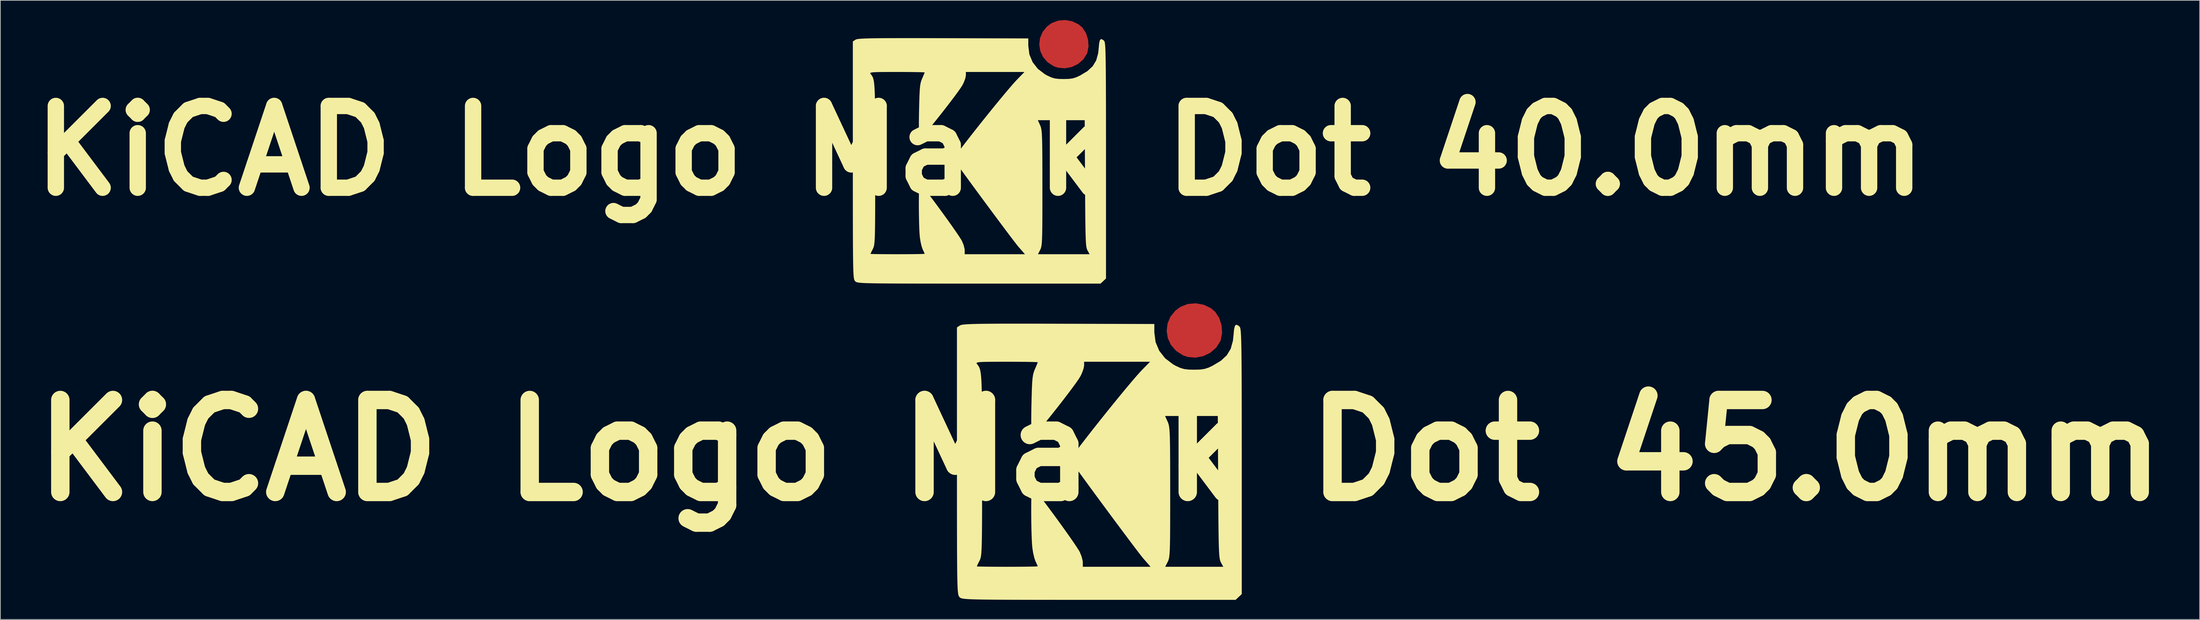
<source format=kicad_pcb>
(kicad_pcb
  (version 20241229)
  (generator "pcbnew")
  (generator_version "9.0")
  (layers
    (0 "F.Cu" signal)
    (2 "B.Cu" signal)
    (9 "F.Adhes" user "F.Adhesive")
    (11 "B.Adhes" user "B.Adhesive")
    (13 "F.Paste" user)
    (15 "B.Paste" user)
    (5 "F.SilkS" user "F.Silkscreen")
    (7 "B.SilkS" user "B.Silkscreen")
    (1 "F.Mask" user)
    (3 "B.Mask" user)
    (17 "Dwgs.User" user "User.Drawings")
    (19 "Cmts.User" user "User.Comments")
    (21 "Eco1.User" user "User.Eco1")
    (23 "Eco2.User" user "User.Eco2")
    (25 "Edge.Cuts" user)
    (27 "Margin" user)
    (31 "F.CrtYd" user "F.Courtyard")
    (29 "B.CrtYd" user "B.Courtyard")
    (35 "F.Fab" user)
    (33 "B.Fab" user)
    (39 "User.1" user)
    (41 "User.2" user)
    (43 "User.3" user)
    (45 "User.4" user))
  (footprint "KiCAD Logo Mask Dot 45.0mm"
    (layer "F.Cu")
    (at 164.808 65.778)
    (property "Reference" "KiCAD Logo Mask Dot 45.0mm" (at 0 0 180) (layer "F.SilkS") (effects (font (size 14.058 14.058) (thickness 2.808))))
    (attr board_only exclude_from_pos_files exclude_from_bom)
    (fp_poly (pts (xy 15.819 -22.257) (xy 16.91 -21.737) (xy 17.57 -21.18) (xy 18.183 -20.252) (xy 18.545 -19.129) (xy 18.633 -17.948) (xy 18.42 -16.847) (xy 18.366 -16.709) (xy 17.733 -15.7) (xy 16.832 -14.92) (xy 15.75 -14.4) (xy 14.572 -14.175) (xy 13.385 -14.277) (xy 12.677 -14.521) (xy 11.601 -15.214) (xy 10.822 -16.114) (xy 10.344 -17.154) (xy 10.171 -18.267) (xy 10.306 -19.386) (xy 10.753 -20.443) (xy 11.516 -21.373) (xy 12.288 -21.94) (xy 13.403 -22.374) (xy 14.616 -22.474)) (stroke (width 0) (type solid)) (fill yes) (layer "F.Cu"))
    (fp_poly (pts (xy 15.776 -22.269) (xy 16.866 -21.749) (xy 17.526 -21.191) (xy 18.14 -20.264) (xy 18.502 -19.141) (xy 18.589 -17.96) (xy 18.377 -16.859) (xy 18.322 -16.721) (xy 17.69 -15.712) (xy 16.789 -14.932) (xy 15.707 -14.412) (xy 14.529 -14.187) (xy 13.342 -14.289) (xy 12.634 -14.533) (xy 11.557 -15.226) (xy 10.778 -16.126) (xy 10.301 -17.166) (xy 10.128 -18.279) (xy 10.263 -19.398) (xy 10.71 -20.455) (xy 11.472 -21.385) (xy 12.245 -21.952) (xy 13.36 -22.385) (xy 14.572 -22.486)) (stroke (width 0) (type solid)) (fill yes) (layer "F.Mask"))
    (fp_poly (pts (xy -10.578 -19.363) (xy -7.975 -19.358) (xy -6.311 -19.353) (xy 8.288 -19.313) (xy 8.288 -18.039) (xy 8.478 -16.556) (xy 9.034 -15.225) (xy 9.935 -14.075) (xy 11.161 -13.14) (xy 11.567 -12.918) (xy 12.245 -12.605) (xy 12.85 -12.427) (xy 13.547 -12.347) (xy 14.352 -12.331) (xy 15.263 -12.353) (xy 15.939 -12.445) (xy 16.548 -12.64) (xy 17.162 -12.927) (xy 18.434 -13.688) (xy 19.347 -14.535) (xy 19.948 -15.536) (xy 20.283 -16.759) (xy 20.376 -17.637) (xy 20.458 -18.525) (xy 20.592 -19.039) (xy 20.799 -19.212) (xy 21.105 -19.073) (xy 21.312 -18.886) (xy 21.364 -18.803) (xy 21.41 -18.65) (xy 21.451 -18.404) (xy 21.486 -18.041) (xy 21.517 -17.539) (xy 21.543 -16.873) (xy 21.564 -16.022) (xy 21.582 -14.961) (xy 21.596 -13.668) (xy 21.608 -12.12) (xy 21.616 -10.292) (xy 21.622 -8.163) (xy 21.626 -5.708) (xy 21.628 -2.905) (xy 21.629 0.269) (xy 21.629 1.697) (xy 21.629 21.963) (xy 21.161 22.403) (xy 20.694 22.842) (xy -0.165 22.842) (xy -3.524 22.842) (xy -6.502 22.841) (xy -9.123 22.84) (xy -11.41 22.837) (xy -13.386 22.832) (xy -15.075 22.824) (xy -16.5 22.814) (xy -17.685 22.801) (xy -18.653 22.784) (xy -19.428 22.763) (xy -20.033 22.737) (xy -20.491 22.706) (xy -20.826 22.67) (xy -21.061 22.628) (xy -21.22 22.58) (xy -21.326 22.525) (xy -21.402 22.462) (xy -21.427 22.438) (xy -21.493 22.366) (xy -21.551 22.272) (xy -21.602 22.134) (xy -21.647 21.927) (xy -21.685 21.627) (xy -21.718 21.212) (xy -21.745 20.658) (xy -21.768 19.939) (xy -21.786 19.034) (xy -21.8 17.919) (xy -21.811 16.568) (xy -21.819 14.96) (xy -21.825 13.07) (xy -21.829 10.875) (xy -21.83 8.35) (xy -21.831 5.473) (xy -21.831 2.219) (xy -21.831 1.622) (xy -21.831 -13.3) (xy -18.842 -13.3) (xy -18.769 -13.19) (xy -18.62 -13.004) (xy -18.491 -12.809) (xy -18.382 -12.575) (xy -18.289 -12.273) (xy -18.213 -11.873) (xy -18.151 -11.346) (xy -18.101 -10.663) (xy -18.063 -9.793) (xy -18.035 -8.709) (xy -18.015 -7.379) (xy -18.003 -5.776) (xy -17.995 -3.869) (xy -17.992 -1.629) (xy -17.991 0.974) (xy -17.991 2.19) (xy -17.991 4.9) (xy -17.993 7.235) (xy -17.996 9.225) (xy -18.002 10.901) (xy -18.012 12.291) (xy -18.027 13.426) (xy -18.046 14.335) (xy -18.072 15.049) (xy -18.105 15.597) (xy -18.145 16.009) (xy -18.194 16.314) (xy -18.253 16.543) (xy -18.321 16.725) (xy -18.395 16.879) (xy -18.64 17.371) (xy -18.784 17.683) (xy -18.799 17.73) (xy -18.607 17.747) (xy -18.066 17.762) (xy -17.234 17.774) (xy -16.167 17.783) (xy -14.921 17.788) (xy -14.15 17.789) (xy -12.828 17.786) (xy -11.652 17.778) (xy -10.678 17.765) (xy -9.964 17.749) (xy -9.565 17.73) (xy -9.501 17.719) (xy -9.582 17.51) (xy -9.782 17.086) (xy -9.83 16.989) (xy -10.022 16.447) (xy -10.203 15.674) (xy -10.326 14.886) (xy -10.382 14.217) (xy -10.427 13.307) (xy -10.462 12.225) (xy -10.485 11.04) (xy -10.497 9.822) (xy -10.498 8.638) (xy -10.487 7.558) (xy -10.464 6.65) (xy -10.428 5.984) (xy -10.38 5.629) (xy -10.36 5.59) (xy -10.205 5.72) (xy -9.853 6.133) (xy -9.34 6.781) (xy -8.7 7.615) (xy -7.969 8.589) (xy -7.182 9.653) (xy -6.374 10.759) (xy -5.58 11.86) (xy -4.836 12.908) (xy -4.176 13.854) (xy -3.636 14.65) (xy -3.252 15.248) (xy -3.088 15.533) (xy -2.811 16.218) (xy -2.647 16.887) (xy -2.628 17.115) (xy -2.628 17.789) (xy 2.544 17.789) (xy 7.716 17.789) (xy 6.61 16.525) (xy 6.324 16.173) (xy 5.833 15.537) (xy 5.169 14.662) (xy 4.364 13.591) (xy 3.45 12.368) (xy 2.46 11.037) (xy 1.426 9.642) (xy 0.381 8.227) (xy -0.644 6.834) (xy -1.616 5.508) (xy -2.502 4.294) (xy -3.271 3.233) (xy -3.889 2.371) (xy -4.326 1.751) (xy -4.53 1.444) (xy -4.439 1.243) (xy -4.12 0.769) (xy -3.606 0.063) (xy -2.927 -0.838) (xy -2.115 -1.894) (xy -1.201 -3.066) (xy -0.215 -4.314) (xy 0.536 -5.256) (xy 9.925 -5.256) (xy 10.315 -4.397) (xy 10.404 -4.182) (xy 10.478 -3.94) (xy 10.54 -3.635) (xy 10.589 -3.231) (xy 10.627 -2.691) (xy 10.656 -1.978) (xy 10.677 -1.058) (xy 10.692 0.108) (xy 10.701 1.554) (xy 10.706 3.318) (xy 10.709 5.436) (xy 10.709 6.375) (xy 10.709 8.642) (xy 10.707 10.54) (xy 10.701 12.106) (xy 10.69 13.375) (xy 10.673 14.384) (xy 10.648 15.167) (xy 10.614 15.762) (xy 10.57 16.204) (xy 10.515 16.529) (xy 10.447 16.772) (xy 10.365 16.97) (xy 10.331 17.038) (xy 9.949 17.789) (xy 14.379 17.789) (xy 18.81 17.789) (xy 18.451 17.132) (xy 18.372 16.962) (xy 18.305 16.742) (xy 18.249 16.439) (xy 18.202 16.019) (xy 18.164 15.449) (xy 18.132 14.695) (xy 18.107 13.723) (xy 18.087 12.499) (xy 18.069 10.991) (xy 18.055 9.165) (xy 18.041 6.986) (xy 18.033 5.609) (xy 17.974 -5.256) (xy 13.95 -5.256) (xy 9.925 -5.256) (xy 0.536 -5.256) (xy 0.811 -5.601) (xy 1.846 -6.886) (xy 2.859 -8.131) (xy 3.819 -9.297) (xy 4.694 -10.344) (xy 5.454 -11.234) (xy 6.068 -11.927) (xy 6.394 -12.275) (xy 7.634 -13.544) (xy 2.604 -13.544) (xy -2.426 -13.544) (xy -2.426 -12.96) (xy -2.521 -12.457) (xy -2.766 -11.788) (xy -2.982 -11.34) (xy -3.262 -10.888) (xy -3.728 -10.219) (xy -4.343 -9.379) (xy -5.068 -8.416) (xy -5.866 -7.377) (xy -6.7 -6.311) (xy -7.532 -5.264) (xy -8.324 -4.284) (xy -9.039 -3.419) (xy -9.639 -2.716) (xy -10.087 -2.222) (xy -10.346 -1.985) (xy -10.388 -1.973) (xy -10.436 -2.199) (xy -10.471 -2.775) (xy -10.49 -3.647) (xy -10.494 -4.762) (xy -10.481 -6.064) (xy -10.468 -6.756) (xy -10.432 -8.281) (xy -10.395 -9.461) (xy -10.351 -10.356) (xy -10.294 -11.026) (xy -10.218 -11.531) (xy -10.119 -11.93) (xy -9.99 -12.284) (xy -9.934 -12.413) (xy -9.691 -12.975) (xy -9.534 -13.364) (xy -9.501 -13.468) (xy -9.694 -13.489) (xy -10.235 -13.508) (xy -11.07 -13.524) (xy -12.141 -13.536) (xy -13.395 -13.542) (xy -14.282 -13.544) (xy -15.79 -13.542) (xy -16.938 -13.535) (xy -17.771 -13.52) (xy -18.333 -13.492) (xy -18.669 -13.449) (xy -18.824 -13.386) (xy -18.842 -13.3) (xy -21.831 -13.3) (xy -21.831 -18.79) (xy -21.371 -19.092) (xy -21.24 -19.15) (xy -21.022 -19.2) (xy -20.688 -19.243) (xy -20.211 -19.278) (xy -19.564 -19.306) (xy -18.719 -19.329) (xy -17.65 -19.345) (xy -16.328 -19.356) (xy -14.727 -19.363) (xy -12.82 -19.365)) (stroke (width 0) (type solid)) (fill yes) (layer "F.SilkS")))
  (footprint "KiCAD Logo Mask Dot 40.0mm"
    (layer "F.Cu")
    (at 146.496 19.988)
    (property "Reference" "KiCAD Logo Mask Dot 40.0mm" (at 0 0 180) (layer "F.SilkS") (effects (font (size 12.496 12.496) (thickness 2.496))))
    (attr board_only exclude_from_pos_files exclude_from_bom)
    (fp_poly (pts (xy 14.062 -19.784) (xy 15.031 -19.322) (xy 15.617 -18.826) (xy 16.163 -18.002) (xy 16.485 -17.004) (xy 16.562 -15.954) (xy 16.373 -14.975) (xy 16.325 -14.852) (xy 15.763 -13.956) (xy 14.962 -13.262) (xy 14 -12.8) (xy 12.953 -12.6) (xy 11.898 -12.691) (xy 11.269 -12.908) (xy 10.312 -13.524) (xy 9.619 -14.324) (xy 9.195 -15.248) (xy 9.041 -16.237) (xy 9.161 -17.232) (xy 9.558 -18.172) (xy 10.236 -18.998) (xy 10.923 -19.502) (xy 11.914 -19.888) (xy 12.992 -19.977)) (stroke (width 0) (type solid)) (fill yes) (layer "F.Cu"))
    (fp_poly (pts (xy 14.023 -19.795) (xy 14.992 -19.333) (xy 15.579 -18.837) (xy 16.124 -18.013) (xy 16.446 -17.015) (xy 16.524 -15.965) (xy 16.335 -14.986) (xy 16.286 -14.863) (xy 15.724 -13.966) (xy 14.924 -13.272) (xy 13.962 -12.811) (xy 12.915 -12.61) (xy 11.859 -12.701) (xy 11.23 -12.918) (xy 10.273 -13.534) (xy 9.581 -14.334) (xy 9.156 -15.259) (xy 9.002 -16.248) (xy 9.123 -17.242) (xy 9.52 -18.182) (xy 10.198 -19.008) (xy 10.884 -19.513) (xy 11.876 -19.898) (xy 12.953 -19.988)) (stroke (width 0) (type solid)) (fill yes) (layer "F.Mask"))
    (fp_poly (pts (xy -9.403 -17.212) (xy -7.089 -17.207) (xy -5.61 -17.203) (xy 7.367 -17.167) (xy 7.367 -16.034) (xy 7.536 -14.717) (xy 8.03 -13.533) (xy 8.831 -12.511) (xy 9.921 -11.68) (xy 10.282 -11.483) (xy 10.885 -11.205) (xy 11.422 -11.046) (xy 12.042 -10.975) (xy 12.758 -10.961) (xy 13.567 -10.981) (xy 14.168 -11.062) (xy 14.71 -11.236) (xy 15.256 -11.491) (xy 16.385 -12.167) (xy 17.197 -12.92) (xy 17.732 -13.81) (xy 18.029 -14.897) (xy 18.112 -15.677) (xy 18.185 -16.466) (xy 18.304 -16.924) (xy 18.488 -17.078) (xy 18.76 -16.954) (xy 18.944 -16.788) (xy 18.99 -16.714) (xy 19.031 -16.578) (xy 19.067 -16.359) (xy 19.099 -16.037) (xy 19.126 -15.59) (xy 19.149 -14.999) (xy 19.168 -14.242) (xy 19.184 -13.299) (xy 19.197 -12.15) (xy 19.207 -10.773) (xy 19.214 -9.149) (xy 19.22 -7.256) (xy 19.223 -5.074) (xy 19.225 -2.582) (xy 19.226 0.239) (xy 19.226 1.509) (xy 19.226 19.523) (xy 18.81 19.914) (xy 18.394 20.304) (xy -0.146 20.304) (xy -3.132 20.304) (xy -5.78 20.303) (xy -8.109 20.302) (xy -10.142 20.299) (xy -11.898 20.295) (xy -13.4 20.288) (xy -14.667 20.279) (xy -15.72 20.267) (xy -16.581 20.252) (xy -17.269 20.234) (xy -17.807 20.211) (xy -18.214 20.184) (xy -18.512 20.151) (xy -18.721 20.114) (xy -18.862 20.071) (xy -18.956 20.022) (xy -19.024 19.967) (xy -19.046 19.945) (xy -19.105 19.88) (xy -19.157 19.797) (xy -19.202 19.674) (xy -19.242 19.49) (xy -19.276 19.224) (xy -19.305 18.855) (xy -19.329 18.362) (xy -19.349 17.724) (xy -19.365 16.919) (xy -19.378 15.928) (xy -19.388 14.727) (xy -19.395 13.298) (xy -19.4 11.618) (xy -19.403 9.666) (xy -19.405 7.422) (xy -19.406 4.864) (xy -19.406 1.972) (xy -19.406 1.442) (xy -19.406 -11.822) (xy -16.748 -11.822) (xy -16.683 -11.724) (xy -16.551 -11.559) (xy -16.437 -11.386) (xy -16.339 -11.178) (xy -16.257 -10.909) (xy -16.189 -10.554) (xy -16.134 -10.085) (xy -16.09 -9.478) (xy -16.056 -8.705) (xy -16.031 -7.741) (xy -16.014 -6.559) (xy -16.002 -5.134) (xy -15.996 -3.439) (xy -15.993 -1.448) (xy -15.992 0.866) (xy -15.992 1.947) (xy -15.992 4.355) (xy -15.993 6.431) (xy -15.997 8.2) (xy -16.002 9.689) (xy -16.011 10.925) (xy -16.024 11.934) (xy -16.041 12.743) (xy -16.064 13.377) (xy -16.093 13.864) (xy -16.129 14.23) (xy -16.173 14.502) (xy -16.225 14.705) (xy -16.286 14.867) (xy -16.351 15.004) (xy -16.569 15.441) (xy -16.696 15.718) (xy -16.711 15.76) (xy -16.539 15.775) (xy -16.059 15.788) (xy -15.319 15.799) (xy -14.371 15.807) (xy -13.263 15.811) (xy -12.578 15.812) (xy -11.402 15.81) (xy -10.357 15.802) (xy -9.492 15.791) (xy -8.857 15.777) (xy -8.502 15.76) (xy -8.445 15.75) (xy -8.517 15.565) (xy -8.695 15.187) (xy -8.738 15.101) (xy -8.908 14.619) (xy -9.069 13.932) (xy -9.179 13.232) (xy -9.229 12.637) (xy -9.269 11.828) (xy -9.299 10.867) (xy -9.32 9.814) (xy -9.331 8.73) (xy -9.332 7.678) (xy -9.322 6.718) (xy -9.301 5.911) (xy -9.27 5.319) (xy -9.227 5.003) (xy -9.209 4.969) (xy -9.071 5.084) (xy -8.758 5.451) (xy -8.302 6.027) (xy -7.733 6.769) (xy -7.083 7.634) (xy -6.384 8.58) (xy -5.666 9.564) (xy -4.96 10.543) (xy -4.298 11.474) (xy -3.712 12.314) (xy -3.232 13.022) (xy -2.89 13.554) (xy -2.745 13.807) (xy -2.499 14.416) (xy -2.353 15.011) (xy -2.336 15.214) (xy -2.336 15.812) (xy 2.261 15.812) (xy 6.858 15.812) (xy 5.876 14.689) (xy 5.622 14.376) (xy 5.185 13.81) (xy 4.595 13.033) (xy 3.879 12.081) (xy 3.067 10.994) (xy 2.187 9.811) (xy 1.268 8.571) (xy 0.339 7.312) (xy -0.572 6.075) (xy -1.436 4.896) (xy -2.224 3.816) (xy -2.907 2.874) (xy -3.457 2.107) (xy -3.845 1.556) (xy -4.027 1.283) (xy -3.946 1.105) (xy -3.663 0.684) (xy -3.205 0.056) (xy -2.602 -0.745) (xy -1.88 -1.683) (xy -1.067 -2.725) (xy -0.191 -3.835) (xy 0.476 -4.672) (xy 8.822 -4.672) (xy 9.169 -3.908) (xy 9.248 -3.717) (xy 9.314 -3.502) (xy 9.368 -3.231) (xy 9.412 -2.872) (xy 9.446 -2.392) (xy 9.472 -1.759) (xy 9.491 -0.94) (xy 9.504 0.096) (xy 9.512 1.382) (xy 9.517 2.95) (xy 9.519 4.832) (xy 9.519 5.667) (xy 9.52 7.682) (xy 9.518 9.369) (xy 9.512 10.761) (xy 9.502 11.889) (xy 9.487 12.786) (xy 9.465 13.482) (xy 9.435 14.011) (xy 9.396 14.404) (xy 9.346 14.692) (xy 9.286 14.908) (xy 9.213 15.085) (xy 9.183 15.145) (xy 8.843 15.812) (xy 12.781 15.812) (xy 16.72 15.812) (xy 16.401 15.228) (xy 16.33 15.077) (xy 16.271 14.882) (xy 16.221 14.612) (xy 16.179 14.239) (xy 16.145 13.732) (xy 16.118 13.062) (xy 16.095 12.198) (xy 16.077 11.111) (xy 16.062 9.77) (xy 16.048 8.146) (xy 16.036 6.21) (xy 16.029 4.986) (xy 15.977 -4.672) (xy 12.4 -4.672) (xy 8.822 -4.672) (xy 0.476 -4.672) (xy 0.721 -4.978) (xy 1.641 -6.121) (xy 2.541 -7.228) (xy 3.395 -8.264) (xy 4.173 -9.195) (xy 4.848 -9.985) (xy 5.394 -10.602) (xy 5.684 -10.911) (xy 6.785 -12.039) (xy 2.315 -12.039) (xy -2.156 -12.039) (xy -2.156 -11.52) (xy -2.241 -11.073) (xy -2.459 -10.478) (xy -2.65 -10.08) (xy -2.9 -9.678) (xy -3.314 -9.083) (xy -3.86 -8.337) (xy -4.505 -7.481) (xy -5.214 -6.558) (xy -5.955 -5.61) (xy -6.695 -4.679) (xy -7.399 -3.808) (xy -8.035 -3.039) (xy -8.568 -2.414) (xy -8.967 -1.975) (xy -9.196 -1.765) (xy -9.234 -1.754) (xy -9.277 -1.955) (xy -9.307 -2.467) (xy -9.325 -3.242) (xy -9.328 -4.232) (xy -9.316 -5.39) (xy -9.305 -6.006) (xy -9.273 -7.361) (xy -9.24 -8.41) (xy -9.201 -9.205) (xy -9.15 -9.801) (xy -9.083 -10.25) (xy -8.995 -10.605) (xy -8.88 -10.919) (xy -8.83 -11.034) (xy -8.615 -11.533) (xy -8.475 -11.879) (xy -8.445 -11.972) (xy -8.617 -11.991) (xy -9.098 -12.007) (xy -9.84 -12.021) (xy -10.792 -12.032) (xy -11.907 -12.038) (xy -12.696 -12.039) (xy -14.036 -12.037) (xy -15.056 -12.032) (xy -15.796 -12.018) (xy -16.296 -11.993) (xy -16.595 -11.954) (xy -16.732 -11.898) (xy -16.748 -11.822) (xy -19.406 -11.822) (xy -19.406 -16.702) (xy -18.996 -16.971) (xy -18.88 -17.022) (xy -18.686 -17.067) (xy -18.389 -17.105) (xy -17.965 -17.136) (xy -17.39 -17.161) (xy -16.639 -17.181) (xy -15.689 -17.196) (xy -14.514 -17.206) (xy -13.091 -17.211) (xy -11.395 -17.213)) (stroke (width 0) (type solid)) (fill yes) (layer "F.SilkS")))
  (gr_rect
    (start -3 -3)
    (end 332.616 91.62)
    (stroke (width 0.1) (type default))
    (fill no)
    (layer "Edge.Cuts")))
</source>
